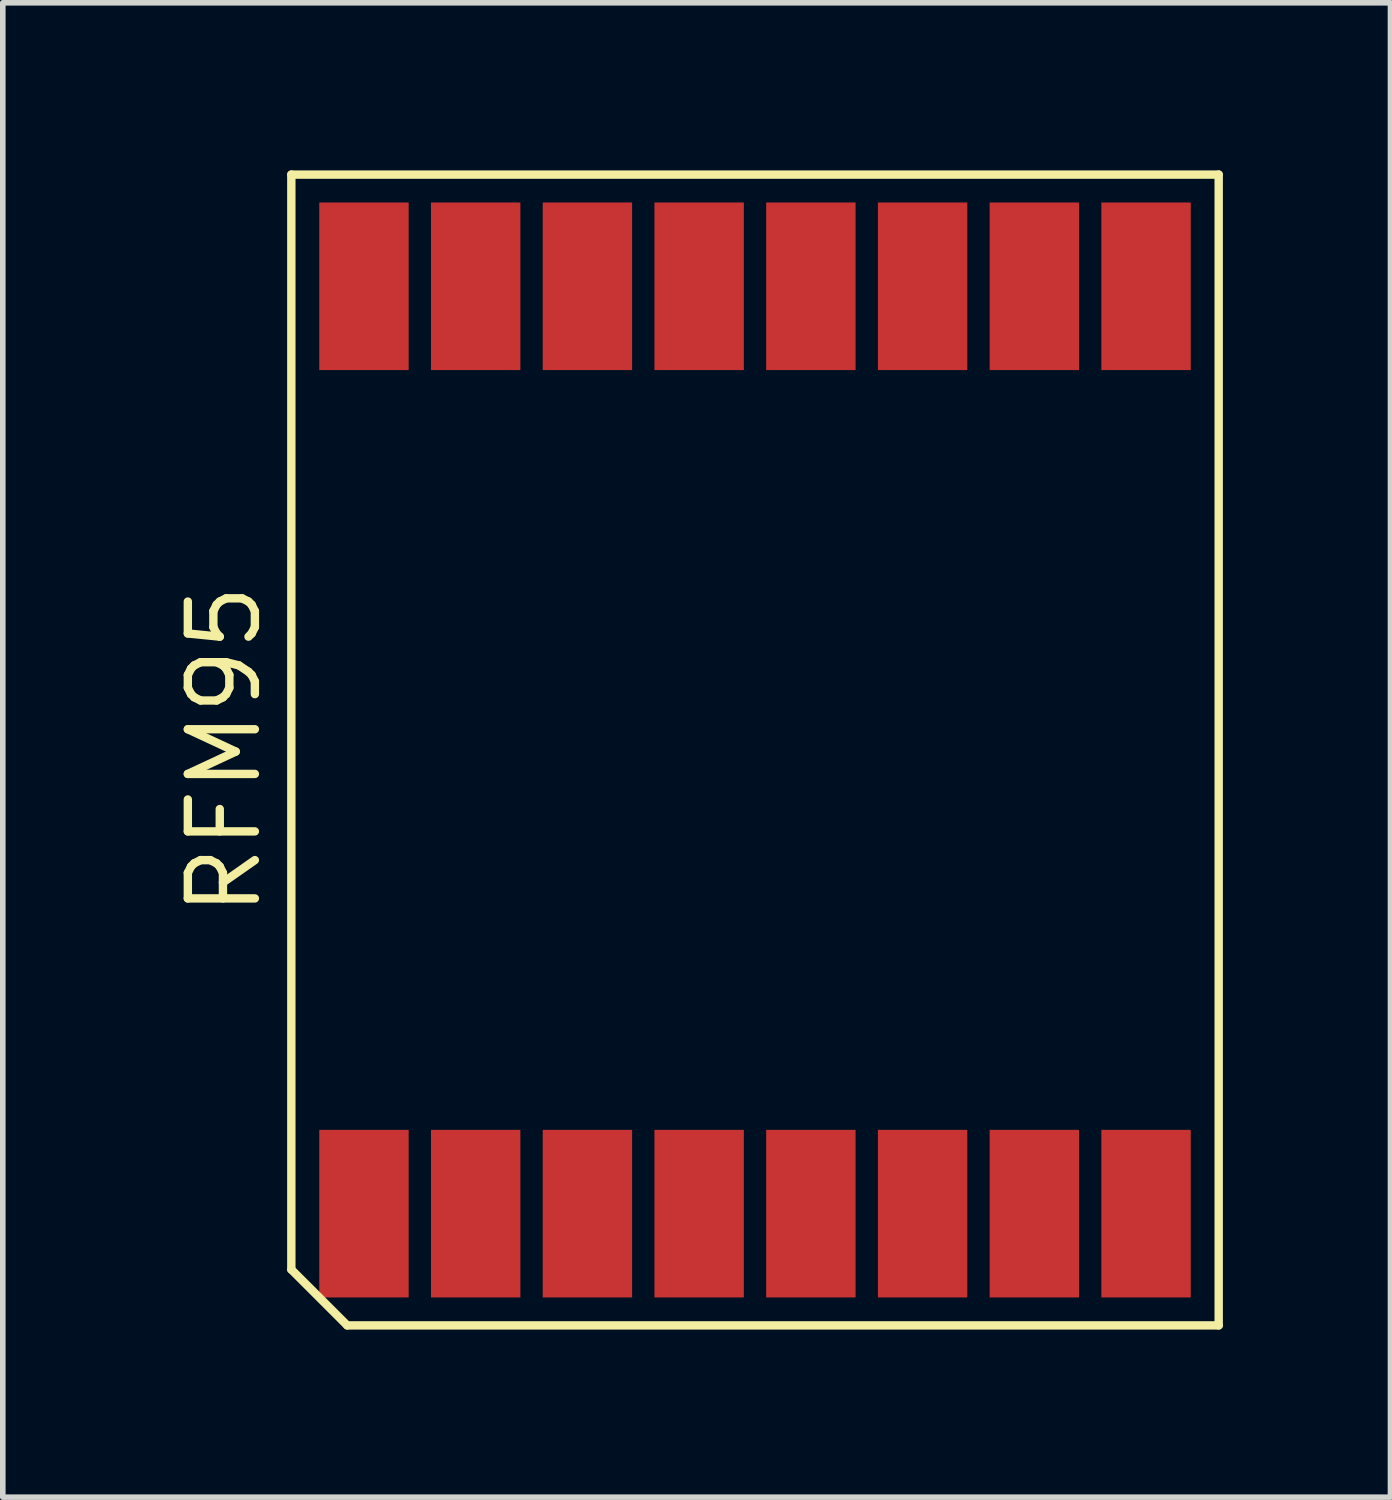
<source format=kicad_pcb>
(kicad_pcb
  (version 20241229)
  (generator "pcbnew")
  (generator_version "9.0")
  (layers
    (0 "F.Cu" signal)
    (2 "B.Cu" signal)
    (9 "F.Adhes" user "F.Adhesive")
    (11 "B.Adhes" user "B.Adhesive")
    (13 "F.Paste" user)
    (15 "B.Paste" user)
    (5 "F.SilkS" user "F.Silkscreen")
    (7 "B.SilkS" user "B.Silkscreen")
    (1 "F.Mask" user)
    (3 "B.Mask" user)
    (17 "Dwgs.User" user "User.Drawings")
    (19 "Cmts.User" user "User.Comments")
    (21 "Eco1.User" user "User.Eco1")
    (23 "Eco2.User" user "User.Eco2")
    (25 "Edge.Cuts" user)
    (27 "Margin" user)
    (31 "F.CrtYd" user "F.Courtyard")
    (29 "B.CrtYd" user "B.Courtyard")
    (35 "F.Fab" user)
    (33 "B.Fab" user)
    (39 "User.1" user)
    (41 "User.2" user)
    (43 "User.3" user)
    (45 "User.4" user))
  (footprint "RFM95"
    (layer "F.Cu")
    (at 10.465 10.375)
    (property "Reference" "RFM95" (at -9.5 0 90) (layer "F.SilkS") (effects (font (size 1.2 1.2) (thickness 0.15))))
    (attr through_hole)
    (fp_line (start -8.3 -10.3) (end -8.3 9.3) (stroke (width 0.15) (type solid)) (layer "F.SilkS"))
    (fp_line (start -8.3 9.3) (end -7.3 10.3) (stroke (width 0.15) (type solid)) (layer "F.SilkS"))
    (fp_line (start -7.3 10.3) (end 8.3 10.3) (stroke (width 0.15) (type solid)) (layer "F.SilkS"))
    (fp_line (start 8.3 -10.3) (end -8.3 -10.3) (stroke (width 0.15) (type solid)) (layer "F.SilkS"))
    (fp_line (start 8.3 10.3) (end 8.3 -10.3) (stroke (width 0.15) (type solid)) (layer "F.SilkS"))
    (pad "1" smd rect (at -7 8.3) (size 1.6 3) (layers "F.Cu" "F.Mask" "F.Paste"))
    (pad "2" smd rect (at -5 8.3) (size 1.6 3) (layers "F.Cu" "F.Mask" "F.Paste"))
    (pad "3" smd rect (at -3 8.3) (size 1.6 3) (layers "F.Cu" "F.Mask" "F.Paste"))
    (pad "4" smd rect (at -1 8.3) (size 1.6 3) (layers "F.Cu" "F.Mask" "F.Paste"))
    (pad "5" smd rect (at 1 8.3) (size 1.6 3) (layers "F.Cu" "F.Mask" "F.Paste"))
    (pad "6" smd rect (at 3 8.3) (size 1.6 3) (layers "F.Cu" "F.Mask" "F.Paste"))
    (pad "7" smd rect (at 5 8.3) (size 1.6 3) (layers "F.Cu" "F.Mask" "F.Paste"))
    (pad "8" smd rect (at 7 8.3) (size 1.6 3) (layers "F.Cu" "F.Mask" "F.Paste"))
    (pad "9" smd rect (at 7 -8.3) (size 1.6 3) (layers "F.Cu" "F.Mask" "F.Paste"))
    (pad "10" smd rect (at 5 -8.3) (size 1.6 3) (layers "F.Cu" "F.Mask" "F.Paste"))
    (pad "11" smd rect (at 3 -8.3) (size 1.6 3) (layers "F.Cu" "F.Mask" "F.Paste"))
    (pad "12" smd rect (at 1 -8.3) (size 1.6 3) (layers "F.Cu" "F.Mask" "F.Paste"))
    (pad "13" smd rect (at -1 -8.3) (size 1.6 3) (layers "F.Cu" "F.Mask" "F.Paste"))
    (pad "14" smd rect (at -3 -8.3) (size 1.6 3) (layers "F.Cu" "F.Mask" "F.Paste"))
    (pad "15" smd rect (at -5 -8.3) (size 1.6 3) (layers "F.Cu" "F.Mask" "F.Paste"))
    (pad "16" smd rect (at -7 -8.3) (size 1.6 3) (layers "F.Cu" "F.Mask" "F.Paste")))
  (gr_rect
    (start -3 -3)
    (end 21.84 23.75)
    (stroke (width 0.1) (type default))
    (fill no)
    (layer "Edge.Cuts")))
</source>
